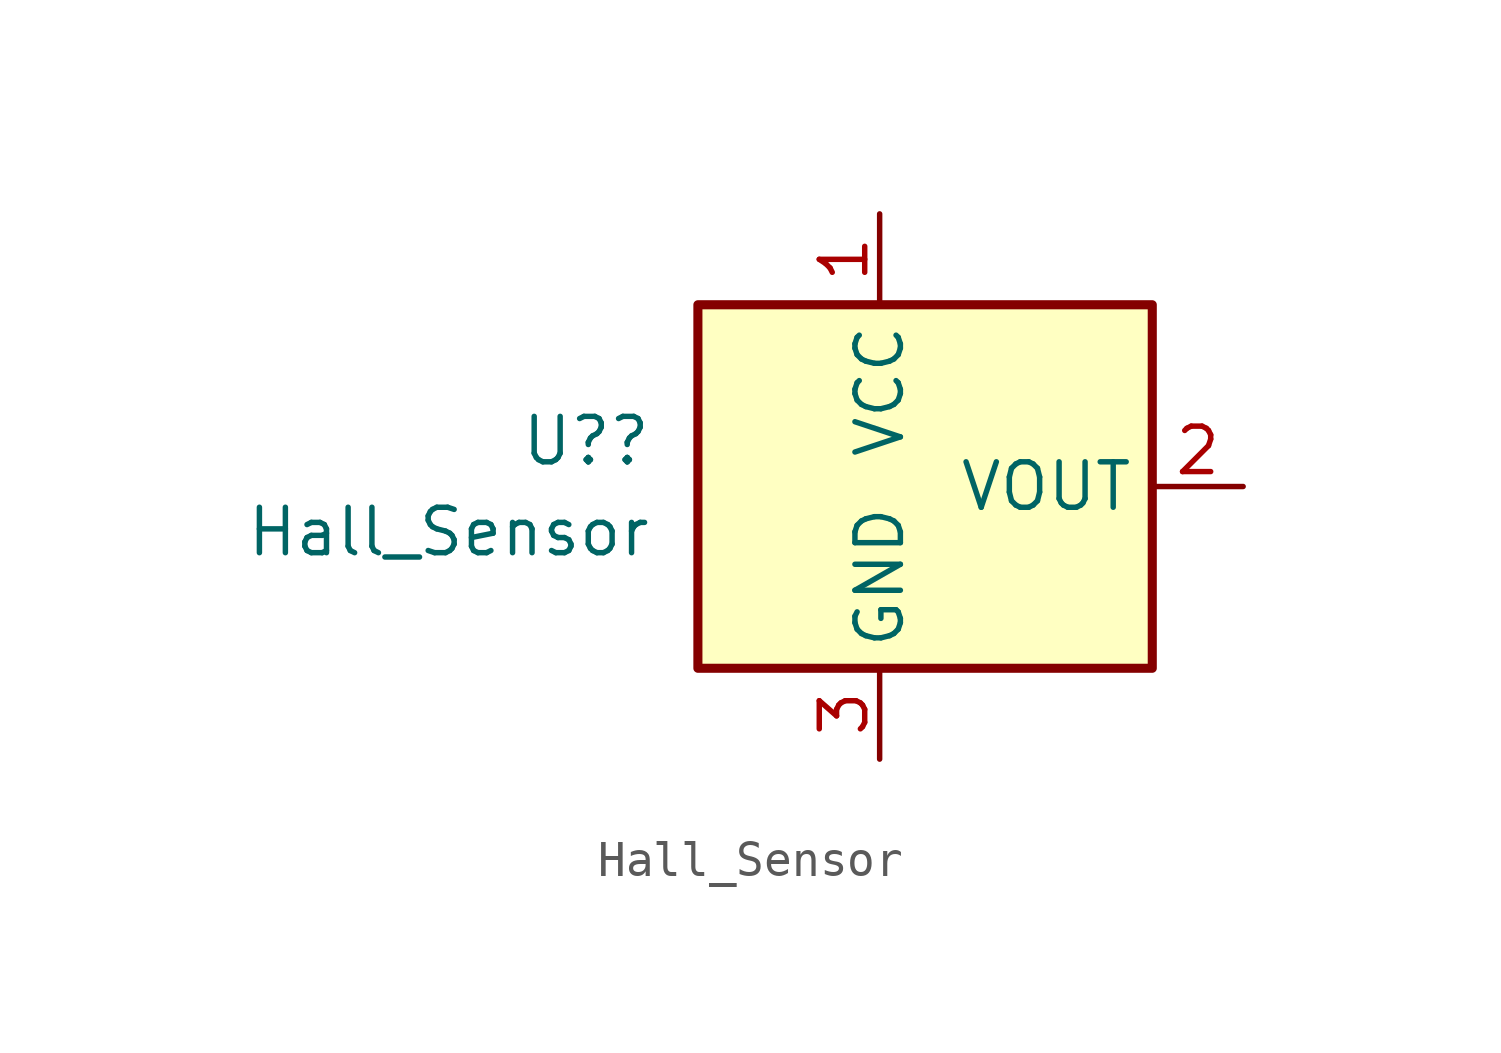
<source format=kicad_sym>
(kicad_symbol_lib
  (version 20211014)
  (generator kicad_symbol_editor)
  (symbol "Hall_Sensor"
    (property "Reference" "U?"
      (at -6.35 1.27 0)
      (effects (font (size 1.27 1.27)) (justify right)))
    (property "Value" "Hall_Sensor"
      (at -6.35 -1.27 0)
      (effects (font (size 1.27 1.27)) (justify right)))
    (symbol "Hall_Sensor_0_1"
      (rectangle (start -5.08 5.08) (end 7.62 -5.08) (stroke (width 0.254) (type default) (color 0 0 0 0)) (fill (type background))))
    (symbol "Hall_Sensor_1_1"
      (pin power_in line (at 0 7.62 270) (length 2.54) (name "VCC" (effects (font (size 1.27 1.27)))) (number "1" (effects (font (size 1.27 1.27)))))
      (pin output line (at 10.16 0 180) (length 2.54) (name "VOUT" (effects (font (size 1.27 1.27)))) (number "2" (effects (font (size 1.27 1.27)))))
      (pin power_in line (at 0 -7.62 90) (length 2.54) (name "GND" (effects (font (size 1.27 1.27)))) (number "3" (effects (font (size 1.27 1.27)))))
      (pin no_connect line (at 7.62 -2.54 180) (length 2.54) hide (name "NC" (effects (font (size 1.27 1.27)))) (number "3" (effects (font (size 1.27 1.27))))))))
</source>
